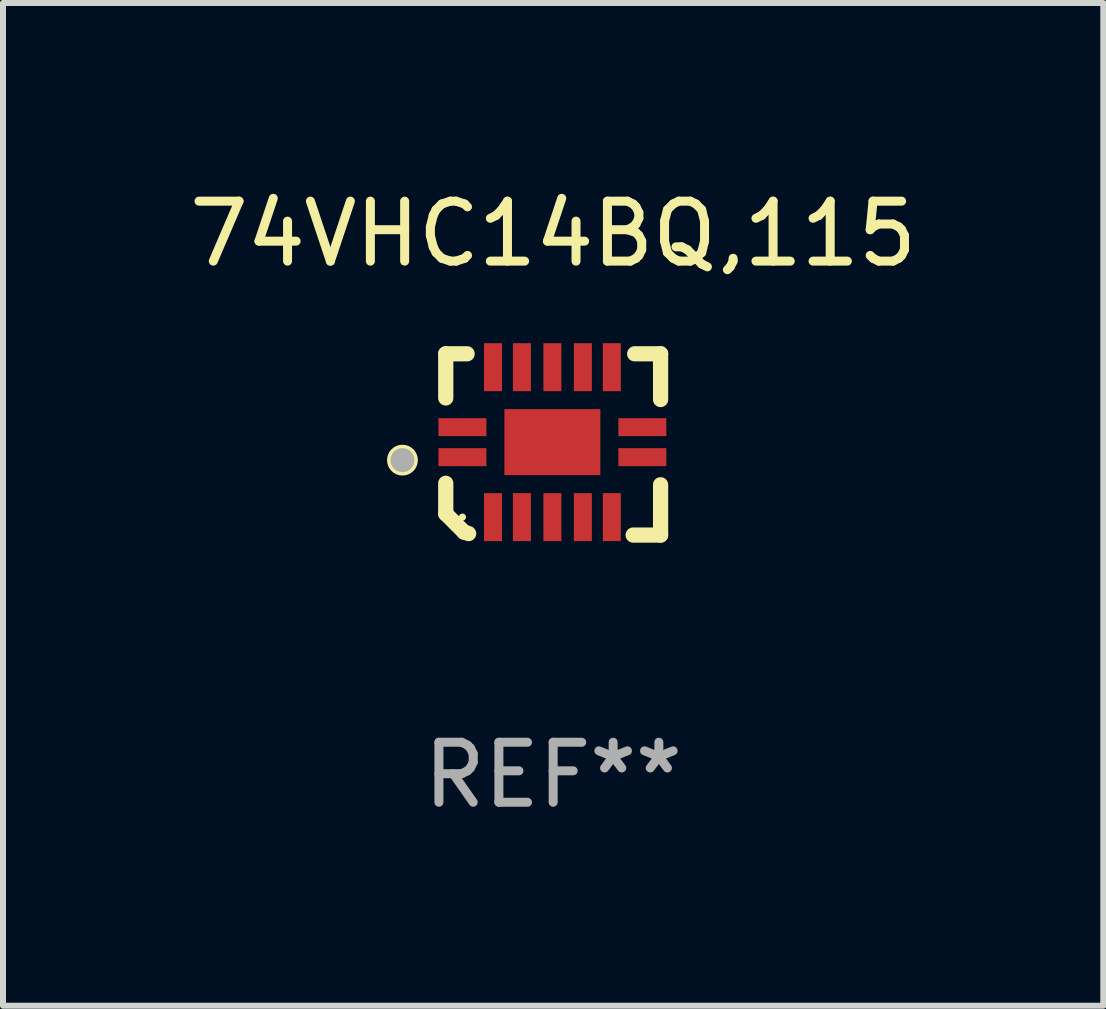
<source format=kicad_pcb>
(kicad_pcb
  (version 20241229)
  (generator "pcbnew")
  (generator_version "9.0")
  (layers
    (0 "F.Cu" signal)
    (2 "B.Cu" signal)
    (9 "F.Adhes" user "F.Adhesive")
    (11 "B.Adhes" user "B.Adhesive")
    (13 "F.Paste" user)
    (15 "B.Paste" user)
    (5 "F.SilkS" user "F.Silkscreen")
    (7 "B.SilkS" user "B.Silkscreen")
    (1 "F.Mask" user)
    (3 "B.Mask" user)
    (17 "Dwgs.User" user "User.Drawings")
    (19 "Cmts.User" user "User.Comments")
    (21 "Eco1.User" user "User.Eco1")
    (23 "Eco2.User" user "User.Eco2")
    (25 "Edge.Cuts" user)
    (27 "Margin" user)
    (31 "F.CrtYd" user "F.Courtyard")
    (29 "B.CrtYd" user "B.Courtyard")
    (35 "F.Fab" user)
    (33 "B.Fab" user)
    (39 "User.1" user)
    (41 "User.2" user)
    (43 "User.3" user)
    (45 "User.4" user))
  (footprint "74VHC14BQ,115"
    (layer "F.Cu")
    (at 6.173 4.36)
    (property "Reference" "74VHC14BQ,115" (at 0 -3.511 0) (layer "F.SilkS") (effects (font (size 1 1) (thickness 0.15))))
    (attr through_hole)
    (fp_line (start -1.791 -1.511) (end -1.435 -1.511) (stroke (width 0.254) (type solid)) (layer "F.SilkS"))
    (fp_line (start -1.791 -0.775) (end -1.791 -1.511) (stroke (width 0.254) (type solid)) (layer "F.SilkS"))
    (fp_line (start -1.791 1.156) (end -1.791 0.648) (stroke (width 0.254) (type solid)) (layer "F.SilkS"))
    (fp_line (start -1.486 1.461) (end -1.791 1.156) (stroke (width 0.254) (type solid)) (layer "F.SilkS"))
    (fp_line (start -1.41 1.486) (end -1.486 1.461) (stroke (width 0.254) (type solid)) (layer "F.SilkS"))
    (fp_line (start 1.334 1.511) (end 1.791 1.511) (stroke (width 0.254) (type solid)) (layer "F.SilkS"))
    (fp_line (start 1.791 -1.511) (end 1.359 -1.511) (stroke (width 0.254) (type solid)) (layer "F.SilkS"))
    (fp_line (start 1.791 -0.749) (end 1.791 -1.511) (stroke (width 0.254) (type solid)) (layer "F.SilkS"))
    (fp_line (start 1.791 1.511) (end 1.791 0.673) (stroke (width 0.254) (type solid)) (layer "F.SilkS"))
    (fp_circle (center -2.513 0.262) (end -2.383 0.262) (stroke (width 0.254) (type solid)) (fill no) (layer "F.SilkS"))
    (fp_circle (center -1.513 1.212) (end -1.483 1.212) (stroke (width 0.06) (type solid)) (fill no) (layer "F.SilkS"))
    (fp_circle (center -2.513 0.262) (end -2.413 0.262) (stroke (width 0.2) (type solid)) (fill no) (layer "F.Fab"))
    (fp_text user "REF**" (at 0 5.511 0) (layer "F.Fab") (effects (font (size 1 1) (thickness 0.15))))
    (pad "1" smd rect (at -1.513 0.212) (size 0.8 0.3) (layers "F.Cu" "F.Mask" "F.Paste"))
    (pad "2" smd rect (at -1.003 1.212) (size 0.3 0.8) (layers "F.Cu" "F.Mask" "F.Paste"))
    (pad "3" smd rect (at -0.521 1.212) (size 0.3 0.8) (layers "F.Cu" "F.Mask" "F.Paste"))
    (pad "4" smd rect (at -0.013 1.212) (size 0.3 0.8) (layers "F.Cu" "F.Mask" "F.Paste"))
    (pad "5" smd rect (at 0.495 1.212) (size 0.3 0.8) (layers "F.Cu" "F.Mask" "F.Paste"))
    (pad "6" smd rect (at 0.978 1.212) (size 0.3 0.8) (layers "F.Cu" "F.Mask" "F.Paste"))
    (pad "7" smd rect (at 1.487 0.212) (size 0.8 0.3) (layers "F.Cu" "F.Mask" "F.Paste"))
    (pad "8" smd rect (at 1.487 -0.288) (size 0.8 0.3) (layers "F.Cu" "F.Mask" "F.Paste"))
    (pad "9" smd rect (at 0.978 -1.288) (size 0.3 0.8) (layers "F.Cu" "F.Mask" "F.Paste"))
    (pad "10" smd rect (at 0.495 -1.288) (size 0.3 0.8) (layers "F.Cu" "F.Mask" "F.Paste"))
    (pad "11" smd rect (at -0.013 -1.288) (size 0.3 0.8) (layers "F.Cu" "F.Mask" "F.Paste"))
    (pad "12" smd rect (at -0.521 -1.288) (size 0.3 0.8) (layers "F.Cu" "F.Mask" "F.Paste"))
    (pad "13" smd rect (at -1.003 -1.288) (size 0.3 0.8) (layers "F.Cu" "F.Mask" "F.Paste"))
    (pad "14" smd rect (at -1.513 -0.288) (size 0.8 0.3) (layers "F.Cu" "F.Mask" "F.Paste"))
    (pad "15" smd rect (at -0.013 -0.038 90) (size 1.1 1.6) (layers "F.Cu" "F.Mask" "F.Paste")))
  (gr_rect
    (start -3 -3)
    (end 15.345 13.719)
    (stroke (width 0.1) (type default))
    (fill no)
    (layer "Edge.Cuts")))
</source>
